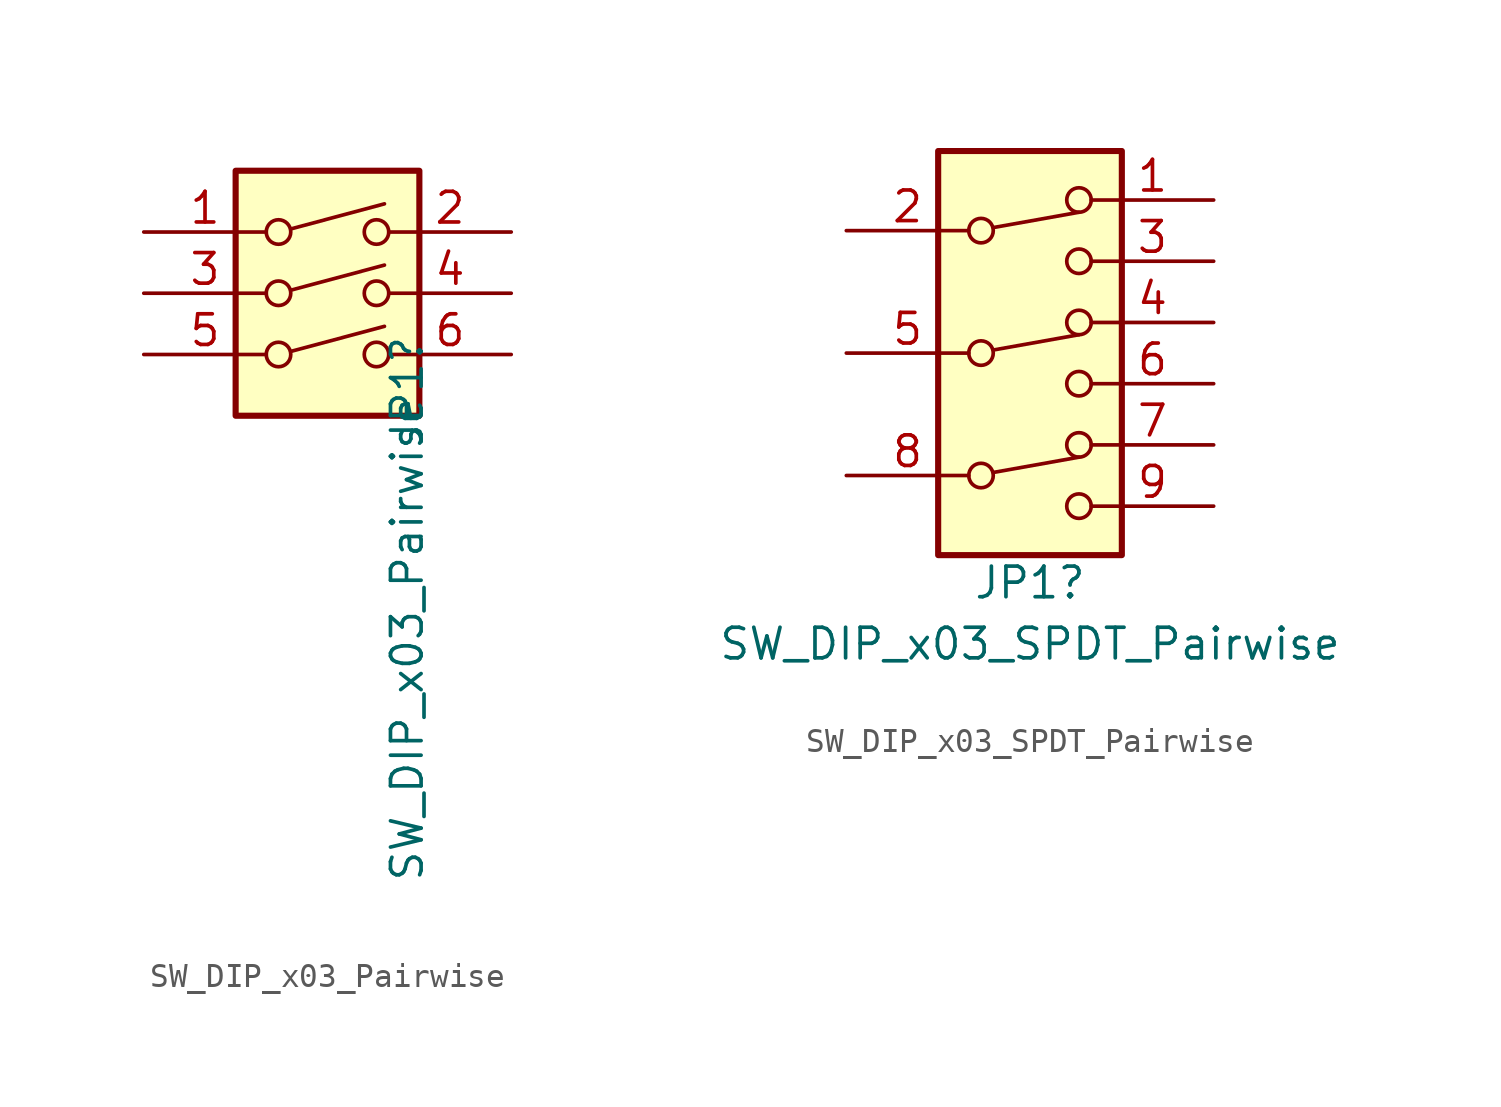
<source format=kicad_sym>
(kicad_symbol_lib
  (version 20211014)
  (generator kicad_symbol_editor)
  (symbol "SW_DIP_x03_Pairwise"
    (pin_names
      (offset 0) hide)
    (property "Reference" "JP1"
      (at 3.302 0.835 90)
      (effects (font (size 1.27 1.27)) (justify right)))
    (property "Value" "SW_DIP_x03_Pairwise"
      (at 3.302 -1.702 90)
      (effects (font (size 1.27 1.27)) (justify right)))
    (symbol "SW_DIP_x03_Pairwise_0_0"
      (circle (center -2.032 0) (radius 0.508) (stroke (width 0) (type default) (color 0 0 0 0)) (fill (type none)))
      (circle (center -2.032 2.54) (radius 0.508) (stroke (width 0) (type default) (color 0 0 0 0)) (fill (type none)))
      (circle (center -2.032 5.08) (radius 0.508) (stroke (width 0) (type default) (color 0 0 0 0)) (fill (type none)))
      (polyline (pts (xy -1.524 0.127) (xy 2.362 1.168)) (stroke (width 0) (type default) (color 0 0 0 0)) (fill (type none)))
      (polyline (pts (xy -1.524 2.667) (xy 2.362 3.708)) (stroke (width 0) (type default) (color 0 0 0 0)) (fill (type none)))
      (polyline (pts (xy -1.524 5.207) (xy 2.362 6.248)) (stroke (width 0) (type default) (color 0 0 0 0)) (fill (type none)))
      (circle (center 2.032 0) (radius 0.508) (stroke (width 0) (type default) (color 0 0 0 0)) (fill (type none)))
      (circle (center 2.032 2.54) (radius 0.508) (stroke (width 0) (type default) (color 0 0 0 0)) (fill (type none)))
      (circle (center 2.032 5.08) (radius 0.508) (stroke (width 0) (type default) (color 0 0 0 0)) (fill (type none))))
    (symbol "SW_DIP_x03_Pairwise_0_1"
      (rectangle (start -3.81 7.62) (end 3.81 -2.54) (stroke (width 0.254) (type default) (color 0 0 0 0)) (fill (type background))))
    (symbol "SW_DIP_x03_Pairwise_1_1"
      (pin passive line (at -7.62 5.08 0) (length 5.08) (name "~" (effects (font (size 1.27 1.27)))) (number "1" (effects (font (size 1.27 1.27)))))
      (pin passive line (at 7.62 5.08 180) (length 5.08) (name "~" (effects (font (size 1.27 1.27)))) (number "2" (effects (font (size 1.27 1.27)))))
      (pin passive line (at -7.62 2.54 0) (length 5.08) (name "~" (effects (font (size 1.27 1.27)))) (number "3" (effects (font (size 1.27 1.27)))))
      (pin passive line (at 7.62 2.54 180) (length 5.08) (name "~" (effects (font (size 1.27 1.27)))) (number "4" (effects (font (size 1.27 1.27)))))
      (pin passive line (at -7.62 0 0) (length 5.08) (name "~" (effects (font (size 1.27 1.27)))) (number "5" (effects (font (size 1.27 1.27)))))
      (pin passive line (at 7.62 0 180) (length 5.08) (name "~" (effects (font (size 1.27 1.27)))) (number "6" (effects (font (size 1.27 1.27)))))))
  (symbol "SW_DIP_x03_SPDT_Pairwise"
    (pin_names
      (offset 0) hide)
    (property "Reference" "JP1"
      (at 0 -9.528 0)
      (effects (font (size 1.27 1.27))))
    (property "Value" "SW_DIP_x03_SPDT_Pairwise"
      (at 0 -12.065 0)
      (effects (font (size 1.27 1.27))))
    (symbol "SW_DIP_x03_SPDT_Pairwise_0_0"
      (circle (center -2.032 -5.08) (radius 0.508) (stroke (width 0) (type default) (color 0 0 0 0)) (fill (type none)))
      (circle (center -2.032 0) (radius 0.508) (stroke (width 0) (type default) (color 0 0 0 0)) (fill (type none)))
      (circle (center -2.032 5.08) (radius 0.508) (stroke (width 0) (type default) (color 0 0 0 0)) (fill (type none)))
      (polyline (pts (xy -1.524 -4.953) (xy 2.032 -4.318)) (stroke (width 0) (type default) (color 0 0 0 0)) (fill (type none)))
      (polyline (pts (xy -1.524 0.127) (xy 2.032 0.762)) (stroke (width 0) (type default) (color 0 0 0 0)) (fill (type none)))
      (polyline (pts (xy -1.524 5.207) (xy 2.032 5.842)) (stroke (width 0) (type default) (color 0 0 0 0)) (fill (type none)))
      (circle (center 2.032 -6.35) (radius 0.508) (stroke (width 0) (type default) (color 0 0 0 0)) (fill (type none)))
      (circle (center 2.032 -3.81) (radius 0.508) (stroke (width 0) (type default) (color 0 0 0 0)) (fill (type none)))
      (circle (center 2.032 -1.27) (radius 0.508) (stroke (width 0) (type default) (color 0 0 0 0)) (fill (type none)))
      (circle (center 2.032 1.27) (radius 0.508) (stroke (width 0) (type default) (color 0 0 0 0)) (fill (type none)))
      (circle (center 2.032 3.81) (radius 0.508) (stroke (width 0) (type default) (color 0 0 0 0)) (fill (type none)))
      (circle (center 2.032 6.35) (radius 0.508) (stroke (width 0) (type default) (color 0 0 0 0)) (fill (type none))))
    (symbol "SW_DIP_x03_SPDT_Pairwise_0_1"
      (rectangle (start -3.81 8.382) (end 3.81 -8.382) (stroke (width 0.254) (type default) (color 0 0 0 0)) (fill (type background))))
    (symbol "SW_DIP_x03_SPDT_Pairwise_1_1"
      (pin passive line (at 7.62 6.35 180) (length 5.08) (name "~" (effects (font (size 1.27 1.27)))) (number "1" (effects (font (size 1.27 1.27)))))
      (pin passive line (at -7.62 5.08 0) (length 5.08) (name "~" (effects (font (size 1.27 1.27)))) (number "2" (effects (font (size 1.27 1.27)))))
      (pin passive line (at 7.62 3.81 180) (length 5.08) (name "~" (effects (font (size 1.27 1.27)))) (number "3" (effects (font (size 1.27 1.27)))))
      (pin passive line (at 7.62 1.27 180) (length 5.08) (name "~" (effects (font (size 1.27 1.27)))) (number "4" (effects (font (size 1.27 1.27)))))
      (pin passive line (at -7.62 0 0) (length 5.08) (name "~" (effects (font (size 1.27 1.27)))) (number "5" (effects (font (size 1.27 1.27)))))
      (pin passive line (at 7.62 -1.27 180) (length 5.08) (name "~" (effects (font (size 1.27 1.27)))) (number "6" (effects (font (size 1.27 1.27)))))
      (pin passive line (at 7.62 -3.81 180) (length 5.08) (name "~" (effects (font (size 1.27 1.27)))) (number "7" (effects (font (size 1.27 1.27)))))
      (pin passive line (at -7.62 -5.08 0) (length 5.08) (name "~" (effects (font (size 1.27 1.27)))) (number "8" (effects (font (size 1.27 1.27)))))
      (pin passive line (at 7.62 -6.35 180) (length 5.08) (name "~" (effects (font (size 1.27 1.27)))) (number "9" (effects (font (size 1.27 1.27))))))))
</source>
